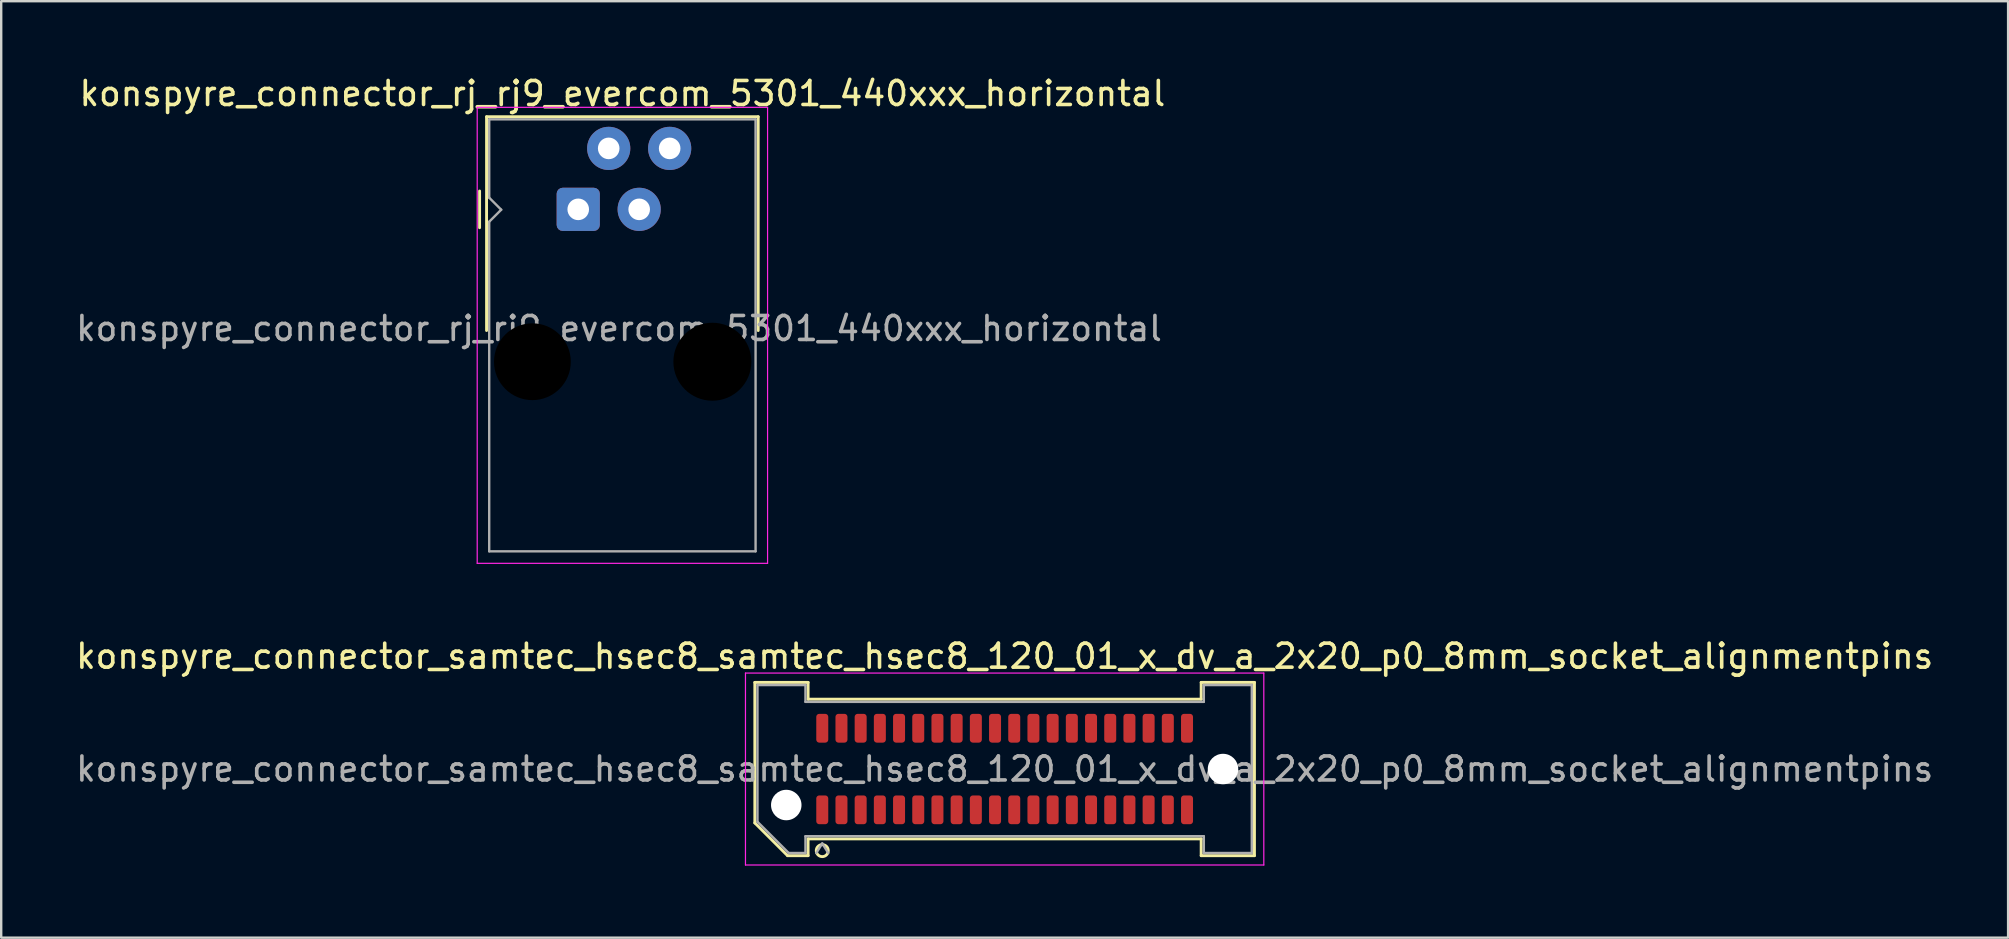
<source format=kicad_pcb>
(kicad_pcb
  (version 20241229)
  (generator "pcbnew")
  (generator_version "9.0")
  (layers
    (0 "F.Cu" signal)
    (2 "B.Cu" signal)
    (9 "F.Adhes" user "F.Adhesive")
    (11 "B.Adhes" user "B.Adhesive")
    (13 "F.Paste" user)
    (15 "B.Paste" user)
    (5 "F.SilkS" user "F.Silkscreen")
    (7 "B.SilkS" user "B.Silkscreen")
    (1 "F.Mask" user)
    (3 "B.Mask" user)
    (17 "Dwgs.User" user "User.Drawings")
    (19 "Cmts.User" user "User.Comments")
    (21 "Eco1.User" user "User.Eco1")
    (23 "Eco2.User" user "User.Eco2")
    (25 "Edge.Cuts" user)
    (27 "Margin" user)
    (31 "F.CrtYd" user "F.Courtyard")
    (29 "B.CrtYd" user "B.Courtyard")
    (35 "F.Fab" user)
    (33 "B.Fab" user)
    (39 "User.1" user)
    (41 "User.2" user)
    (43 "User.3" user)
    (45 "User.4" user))
  (footprint "konspyre_connector_samtec_hsec8_samtec_hsec8_120_01_x_dv_a_2x20_p0_8mm_socket_alignmentpins"
    (layer "F.Cu")
    (at 38.815 28.997)
    (property "Reference" "konspyre_connector_samtec_hsec8_samtec_hsec8_120_01_x_dv_a_2x20_p0_8mm_socket_alignmentpins" (at 0 -4.7 0) (layer "F.SilkS") (effects (font (size 1 1) (thickness 0.15))))
    (attr smd)
    (fp_line (start -10.41 -3.61) (end -8.19 -3.61) (stroke (width 0.12) (type solid)) (layer "F.SilkS"))
    (fp_line (start -10.41 2.246) (end -10.41 -3.61) (stroke (width 0.12) (type solid)) (layer "F.SilkS"))
    (fp_line (start -9.046 3.61) (end -10.41 2.246) (stroke (width 0.12) (type solid)) (layer "F.SilkS"))
    (fp_line (start -8.19 -3.61) (end -8.19 -2.91) (stroke (width 0.12) (type solid)) (layer "F.SilkS"))
    (fp_line (start -8.19 -2.91) (end 8.19 -2.91) (stroke (width 0.12) (type solid)) (layer "F.SilkS"))
    (fp_line (start -8.19 2.91) (end -8.19 3.61) (stroke (width 0.12) (type solid)) (layer "F.SilkS"))
    (fp_line (start -8.19 3.61) (end -9.046 3.61) (stroke (width 0.12) (type solid)) (layer "F.SilkS"))
    (fp_line (start 8.19 -3.61) (end 10.41 -3.61) (stroke (width 0.12) (type solid)) (layer "F.SilkS"))
    (fp_line (start 8.19 -2.91) (end 8.19 -3.61) (stroke (width 0.12) (type solid)) (layer "F.SilkS"))
    (fp_line (start 8.19 2.91) (end -8.19 2.91) (stroke (width 0.12) (type solid)) (layer "F.SilkS"))
    (fp_line (start 8.19 3.61) (end 8.19 2.91) (stroke (width 0.12) (type solid)) (layer "F.SilkS"))
    (fp_line (start 10.41 -3.61) (end 10.41 3.61) (stroke (width 0.12) (type solid)) (layer "F.SilkS"))
    (fp_line (start 10.41 3.61) (end 8.19 3.61) (stroke (width 0.12) (type solid)) (layer "F.SilkS"))
    (fp_arc (start -7.35 3.4) (mid -7.85 3.4) (end -7.35 3.4) (stroke (width 0.12) (type solid)) (layer "F.SilkS"))
    (fp_line (start -10.8 -4) (end -10.8 4) (stroke (width 0.05) (type solid)) (layer "F.CrtYd"))
    (fp_line (start -10.8 4) (end 10.8 4) (stroke (width 0.05) (type solid)) (layer "F.CrtYd"))
    (fp_line (start 10.8 -4) (end -10.8 -4) (stroke (width 0.05) (type solid)) (layer "F.CrtYd"))
    (fp_line (start 10.8 4) (end 10.8 -4) (stroke (width 0.05) (type solid)) (layer "F.CrtYd"))
    (fp_line (start -10.3 -3.5) (end -8.3 -3.5) (stroke (width 0.1) (type solid)) (layer "F.Fab"))
    (fp_line (start -10.3 2.2) (end -10.3 -3.5) (stroke (width 0.1) (type solid)) (layer "F.Fab"))
    (fp_line (start -9 3.5) (end -10.3 2.2) (stroke (width 0.1) (type solid)) (layer "F.Fab"))
    (fp_line (start -8.3 -3.5) (end -8.3 -2.8) (stroke (width 0.1) (type solid)) (layer "F.Fab"))
    (fp_line (start -8.3 -2.8) (end 8.3 -2.8) (stroke (width 0.1) (type solid)) (layer "F.Fab"))
    (fp_line (start -8.3 2.8) (end -8.3 3.5) (stroke (width 0.1) (type solid)) (layer "F.Fab"))
    (fp_line (start -8.3 3.5) (end -9 3.5) (stroke (width 0.1) (type solid)) (layer "F.Fab"))
    (fp_line (start -7.6 3.1) (end -7.85 3.5) (stroke (width 0.1) (type solid)) (layer "F.Fab"))
    (fp_line (start -7.6 3.1) (end -7.35 3.5) (stroke (width 0.1) (type solid)) (layer "F.Fab"))
    (fp_line (start 8.3 -3.5) (end 10.3 -3.5) (stroke (width 0.1) (type solid)) (layer "F.Fab"))
    (fp_line (start 8.3 -2.8) (end 8.3 -3.5) (stroke (width 0.1) (type solid)) (layer "F.Fab"))
    (fp_line (start 8.3 2.8) (end -8.3 2.8) (stroke (width 0.1) (type solid)) (layer "F.Fab"))
    (fp_line (start 8.3 3.5) (end 8.3 2.8) (stroke (width 0.1) (type solid)) (layer "F.Fab"))
    (fp_line (start 10.3 -3.5) (end 10.3 3.5) (stroke (width 0.1) (type solid)) (layer "F.Fab"))
    (fp_line (start 10.3 3.5) (end 8.3 3.5) (stroke (width 0.1) (type solid)) (layer "F.Fab"))
    (fp_text user "${REFERENCE}" (at 0 0 0) (layer "F.Fab") (effects (font (size 1 1) (thickness 0.15))))
    (pad "" np_thru_hole circle (at -9.1 1.5) (size 1.27 1.27) (drill 1.27) (layers "*.Cu" "*.Mask"))
    (pad "" np_thru_hole circle (at 9.1 0) (size 1.27 1.27) (drill 1.27) (layers "*.Cu" "*.Mask"))
    (pad "1" smd roundrect (at -7.6 1.7) (size 0.5 1.2) (layers "F.Cu" "F.Mask" "F.Paste") (roundrect_rratio 0.25))
    (pad "2" smd roundrect (at -7.6 -1.7) (size 0.5 1.2) (layers "F.Cu" "F.Mask" "F.Paste") (roundrect_rratio 0.25))
    (pad "3" smd roundrect (at -6.8 1.7) (size 0.5 1.2) (layers "F.Cu" "F.Mask" "F.Paste") (roundrect_rratio 0.25))
    (pad "4" smd roundrect (at -6.8 -1.7) (size 0.5 1.2) (layers "F.Cu" "F.Mask" "F.Paste") (roundrect_rratio 0.25))
    (pad "5" smd roundrect (at -6 1.7) (size 0.5 1.2) (layers "F.Cu" "F.Mask" "F.Paste") (roundrect_rratio 0.25))
    (pad "6" smd roundrect (at -6 -1.7) (size 0.5 1.2) (layers "F.Cu" "F.Mask" "F.Paste") (roundrect_rratio 0.25))
    (pad "7" smd roundrect (at -5.2 1.7) (size 0.5 1.2) (layers "F.Cu" "F.Mask" "F.Paste") (roundrect_rratio 0.25))
    (pad "8" smd roundrect (at -5.2 -1.7) (size 0.5 1.2) (layers "F.Cu" "F.Mask" "F.Paste") (roundrect_rratio 0.25))
    (pad "9" smd roundrect (at -4.4 1.7) (size 0.5 1.2) (layers "F.Cu" "F.Mask" "F.Paste") (roundrect_rratio 0.25))
    (pad "10" smd roundrect (at -4.4 -1.7) (size 0.5 1.2) (layers "F.Cu" "F.Mask" "F.Paste") (roundrect_rratio 0.25))
    (pad "11" smd roundrect (at -3.6 1.7) (size 0.5 1.2) (layers "F.Cu" "F.Mask" "F.Paste") (roundrect_rratio 0.25))
    (pad "12" smd roundrect (at -3.6 -1.7) (size 0.5 1.2) (layers "F.Cu" "F.Mask" "F.Paste") (roundrect_rratio 0.25))
    (pad "13" smd roundrect (at -2.8 1.7) (size 0.5 1.2) (layers "F.Cu" "F.Mask" "F.Paste") (roundrect_rratio 0.25))
    (pad "14" smd roundrect (at -2.8 -1.7) (size 0.5 1.2) (layers "F.Cu" "F.Mask" "F.Paste") (roundrect_rratio 0.25))
    (pad "15" smd roundrect (at -2 1.7) (size 0.5 1.2) (layers "F.Cu" "F.Mask" "F.Paste") (roundrect_rratio 0.25))
    (pad "16" smd roundrect (at -2 -1.7) (size 0.5 1.2) (layers "F.Cu" "F.Mask" "F.Paste") (roundrect_rratio 0.25))
    (pad "17" smd roundrect (at -1.2 1.7) (size 0.5 1.2) (layers "F.Cu" "F.Mask" "F.Paste") (roundrect_rratio 0.25))
    (pad "18" smd roundrect (at -1.2 -1.7) (size 0.5 1.2) (layers "F.Cu" "F.Mask" "F.Paste") (roundrect_rratio 0.25))
    (pad "19" smd roundrect (at -0.4 1.7) (size 0.5 1.2) (layers "F.Cu" "F.Mask" "F.Paste") (roundrect_rratio 0.25))
    (pad "20" smd roundrect (at -0.4 -1.7) (size 0.5 1.2) (layers "F.Cu" "F.Mask" "F.Paste") (roundrect_rratio 0.25))
    (pad "21" smd roundrect (at 0.4 1.7) (size 0.5 1.2) (layers "F.Cu" "F.Mask" "F.Paste") (roundrect_rratio 0.25))
    (pad "22" smd roundrect (at 0.4 -1.7) (size 0.5 1.2) (layers "F.Cu" "F.Mask" "F.Paste") (roundrect_rratio 0.25))
    (pad "23" smd roundrect (at 1.2 1.7) (size 0.5 1.2) (layers "F.Cu" "F.Mask" "F.Paste") (roundrect_rratio 0.25))
    (pad "24" smd roundrect (at 1.2 -1.7) (size 0.5 1.2) (layers "F.Cu" "F.Mask" "F.Paste") (roundrect_rratio 0.25))
    (pad "25" smd roundrect (at 2 1.7) (size 0.5 1.2) (layers "F.Cu" "F.Mask" "F.Paste") (roundrect_rratio 0.25))
    (pad "26" smd roundrect (at 2 -1.7) (size 0.5 1.2) (layers "F.Cu" "F.Mask" "F.Paste") (roundrect_rratio 0.25))
    (pad "27" smd roundrect (at 2.8 1.7) (size 0.5 1.2) (layers "F.Cu" "F.Mask" "F.Paste") (roundrect_rratio 0.25))
    (pad "28" smd roundrect (at 2.8 -1.7) (size 0.5 1.2) (layers "F.Cu" "F.Mask" "F.Paste") (roundrect_rratio 0.25))
    (pad "29" smd roundrect (at 3.6 1.7) (size 0.5 1.2) (layers "F.Cu" "F.Mask" "F.Paste") (roundrect_rratio 0.25))
    (pad "30" smd roundrect (at 3.6 -1.7) (size 0.5 1.2) (layers "F.Cu" "F.Mask" "F.Paste") (roundrect_rratio 0.25))
    (pad "31" smd roundrect (at 4.4 1.7) (size 0.5 1.2) (layers "F.Cu" "F.Mask" "F.Paste") (roundrect_rratio 0.25))
    (pad "32" smd roundrect (at 4.4 -1.7) (size 0.5 1.2) (layers "F.Cu" "F.Mask" "F.Paste") (roundrect_rratio 0.25))
    (pad "33" smd roundrect (at 5.2 1.7) (size 0.5 1.2) (layers "F.Cu" "F.Mask" "F.Paste") (roundrect_rratio 0.25))
    (pad "34" smd roundrect (at 5.2 -1.7) (size 0.5 1.2) (layers "F.Cu" "F.Mask" "F.Paste") (roundrect_rratio 0.25))
    (pad "35" smd roundrect (at 6 1.7) (size 0.5 1.2) (layers "F.Cu" "F.Mask" "F.Paste") (roundrect_rratio 0.25))
    (pad "36" smd roundrect (at 6 -1.7) (size 0.5 1.2) (layers "F.Cu" "F.Mask" "F.Paste") (roundrect_rratio 0.25))
    (pad "37" smd roundrect (at 6.8 1.7) (size 0.5 1.2) (layers "F.Cu" "F.Mask" "F.Paste") (roundrect_rratio 0.25))
    (pad "38" smd roundrect (at 6.8 -1.7) (size 0.5 1.2) (layers "F.Cu" "F.Mask" "F.Paste") (roundrect_rratio 0.25))
    (pad "39" smd roundrect (at 7.6 1.7) (size 0.5 1.2) (layers "F.Cu" "F.Mask" "F.Paste") (roundrect_rratio 0.25))
    (pad "40" smd roundrect (at 7.6 -1.7) (size 0.5 1.2) (layers "F.Cu" "F.Mask" "F.Paste") (roundrect_rratio 0.25)))
  (footprint "konspyre_connector_rj_rj9_evercom_5301_440xxx_horizontal"
    (layer "F.Cu")
    (at 21.046 5.674)
    (property "Reference" "konspyre_connector_rj_rj9_evercom_5301_440xxx_horizontal" (at 1.84 -4.826 0) (layer "F.SilkS") (effects (font (size 1 1) (thickness 0.15))))
    (attr through_hole)
    (fp_line (start -4.11 0.765) (end -4.11 -0.765) (stroke (width 0.12) (type solid)) (layer "F.SilkS"))
    (fp_line (start -3.82 -3.86) (end 7.5 -3.86) (stroke (width 0.12) (type solid)) (layer "F.SilkS"))
    (fp_line (start -3.82 5.05) (end -3.82 -3.86) (stroke (width 0.12) (type solid)) (layer "F.SilkS"))
    (fp_line (start 7.5 -3.86) (end 7.5 5.05) (stroke (width 0.12) (type solid)) (layer "F.SilkS"))
    (fp_line (start -4.21 -4.25) (end 7.89 -4.25) (stroke (width 0.05) (type solid)) (layer "F.CrtYd"))
    (fp_line (start -4.21 14.75) (end -4.21 -4.25) (stroke (width 0.05) (type solid)) (layer "F.CrtYd"))
    (fp_line (start 7.89 -4.25) (end 7.89 14.75) (stroke (width 0.05) (type solid)) (layer "F.CrtYd"))
    (fp_line (start 7.89 14.75) (end -4.21 14.75) (stroke (width 0.05) (type solid)) (layer "F.CrtYd"))
    (fp_line (start -3.71 -3.75) (end 7.39 -3.75) (stroke (width 0.1) (type solid)) (layer "F.Fab"))
    (fp_line (start -3.71 -0.485) (end -3.71 -3.75) (stroke (width 0.1) (type solid)) (layer "F.Fab"))
    (fp_line (start -3.71 0.515) (end -3.21 0.015) (stroke (width 0.1) (type solid)) (layer "F.Fab"))
    (fp_line (start -3.71 14.25) (end -3.71 0.515) (stroke (width 0.1) (type solid)) (layer "F.Fab"))
    (fp_line (start -3.21 0.015) (end -3.71 -0.485) (stroke (width 0.1) (type solid)) (layer "F.Fab"))
    (fp_line (start 7.39 -3.75) (end 7.39 14.25) (stroke (width 0.1) (type solid)) (layer "F.Fab"))
    (fp_line (start 7.39 14.25) (end -3.71 14.25) (stroke (width 0.1) (type solid)) (layer "F.Fab"))
    (fp_text user "${REFERENCE}" (at 1.698 4.966 0) (layer "F.Fab") (effects (font (size 1 1) (thickness 0.15))))
    (pad "" np_thru_hole circle (at -1.91 6.35) (size 3.25 3.25) (drill 3.2) (layers "*.Mask"))
    (pad "" np_thru_hole circle (at 5.59 6.35) (size 3.25 3.25) (drill 3.25) (layers "*.Mask"))
    (pad "1" thru_hole roundrect (at 0 0) (size 1.8 1.8) (drill 0.9) (layers "*.Cu" "*.Mask") (roundrect_rratio 0.139))
    (pad "2" thru_hole circle (at 1.27 -2.54) (size 1.8 1.8) (drill 0.9) (layers "*.Cu" "*.Mask"))
    (pad "3" thru_hole circle (at 2.54 0) (size 1.8 1.8) (drill 0.9) (layers "*.Cu" "*.Mask"))
    (pad "4" thru_hole circle (at 3.81 -2.54) (size 1.8 1.8) (drill 0.9) (layers "*.Cu" "*.Mask")))
  (gr_rect
    (start -3 -3)
    (end 80.631 36.023)
    (stroke (width 0.1) (type default))
    (fill no)
    (layer "Edge.Cuts")))
</source>
